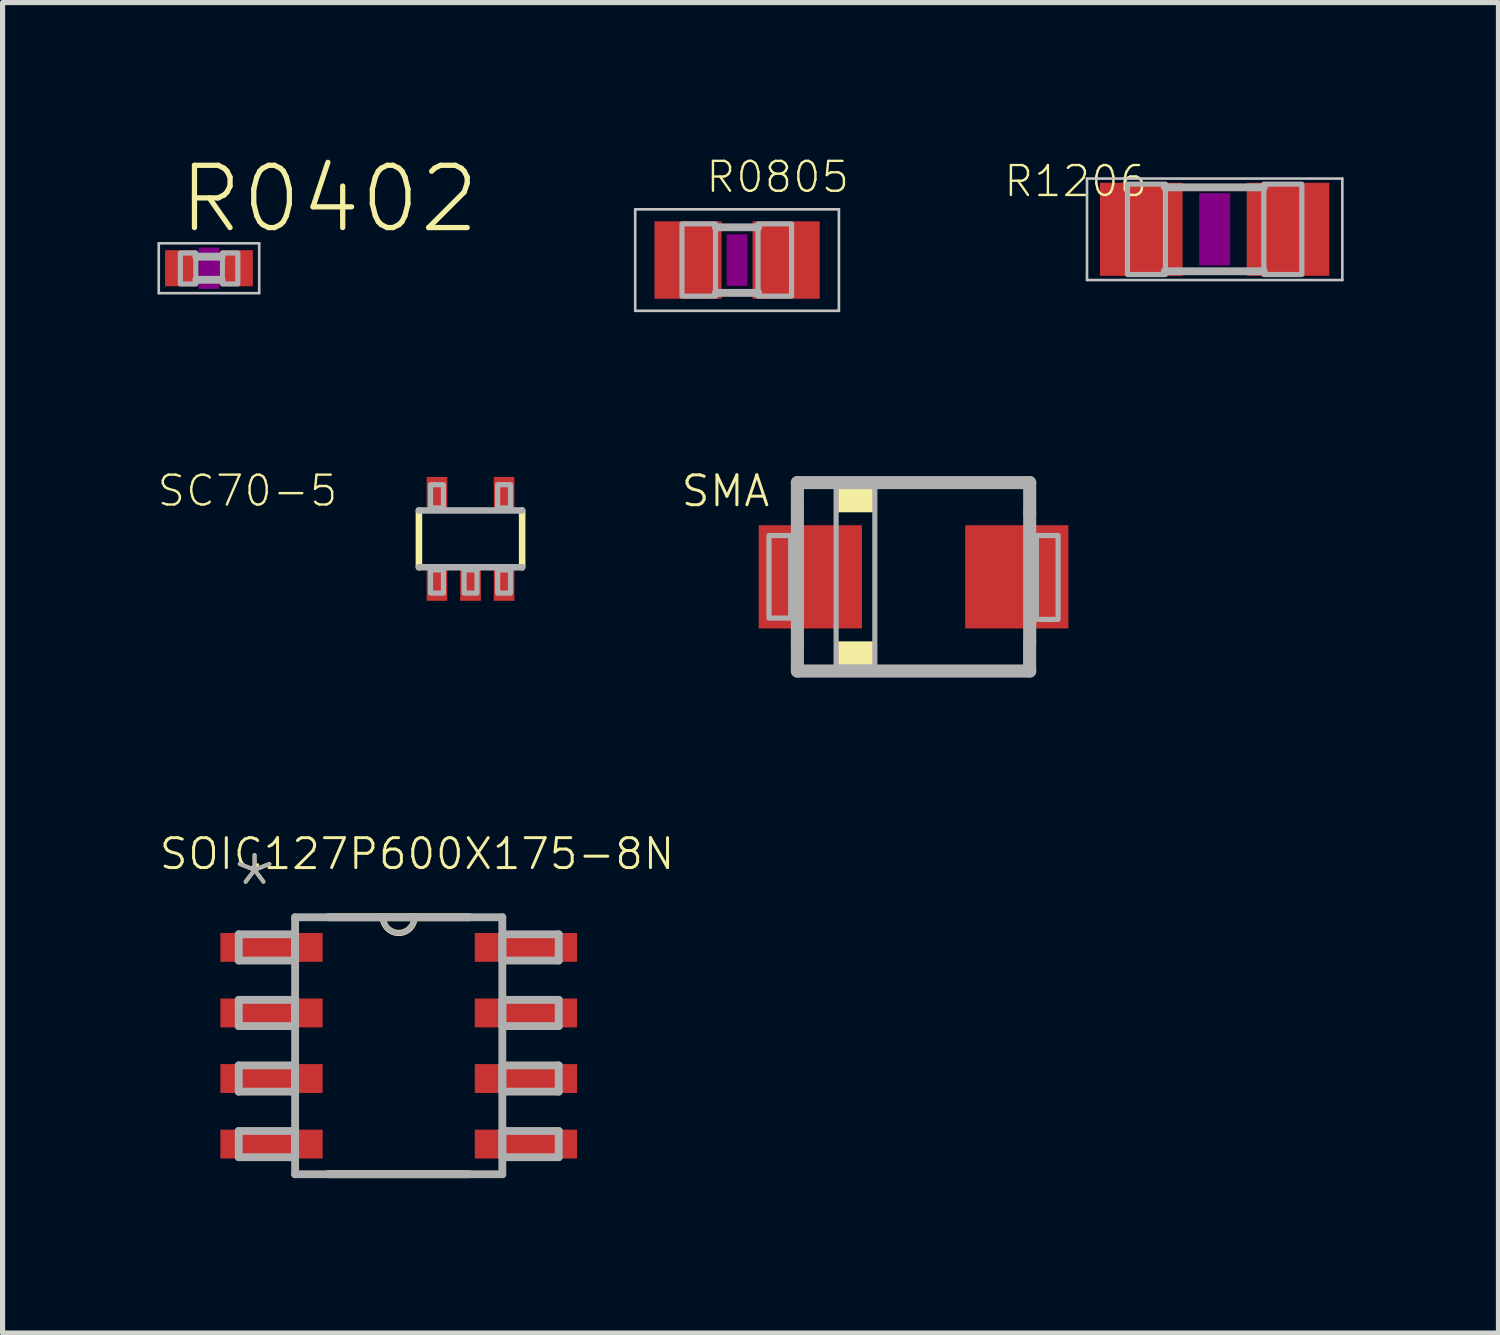
<source format=kicad_pcb>
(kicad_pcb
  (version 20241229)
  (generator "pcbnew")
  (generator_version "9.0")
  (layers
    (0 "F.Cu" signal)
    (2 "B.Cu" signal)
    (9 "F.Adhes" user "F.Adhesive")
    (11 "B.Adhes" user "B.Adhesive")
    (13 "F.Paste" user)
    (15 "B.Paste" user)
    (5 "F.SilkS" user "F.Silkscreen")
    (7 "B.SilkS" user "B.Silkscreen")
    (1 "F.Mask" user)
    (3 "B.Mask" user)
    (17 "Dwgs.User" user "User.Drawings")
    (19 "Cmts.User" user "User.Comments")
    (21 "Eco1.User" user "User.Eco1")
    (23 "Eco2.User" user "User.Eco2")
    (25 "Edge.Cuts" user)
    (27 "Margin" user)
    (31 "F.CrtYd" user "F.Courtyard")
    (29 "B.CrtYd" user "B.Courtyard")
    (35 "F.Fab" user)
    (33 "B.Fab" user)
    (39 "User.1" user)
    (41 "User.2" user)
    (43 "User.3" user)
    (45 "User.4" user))
  (footprint "SC70-5"
    (layer "F.Cu")
    (at 6.065 7.389)
    (property "Reference" "SC70-5" (at -2.54 -1.27 180) (layer "F.SilkS") (effects (font (size 0.579 0.579) (thickness 0.046)) (justify right top)))
    (attr through_hole)
    (fp_line (start -1 -0.55) (end -1 0.55) (stroke (width 0.127) (type solid)) (layer "F.SilkS"))
    (fp_line (start 1 0.55) (end 1 -0.55) (stroke (width 0.127) (type solid)) (layer "F.SilkS"))
    (fp_line (start -1 0.55) (end 1 0.55) (stroke (width 0.127) (type solid)) (layer "F.Fab"))
    (fp_line (start 1 -0.55) (end -1 -0.55) (stroke (width 0.127) (type solid)) (layer "F.Fab"))
    (fp_poly (pts (xy -0.775 -0.6) (xy -0.525 -0.6) (xy -0.525 -1.05) (xy -0.775 -1.05)) (stroke (width 0.1) (type solid)) (fill no) (layer "F.Fab"))
    (fp_poly (pts (xy -0.775 1.05) (xy -0.525 1.05) (xy -0.525 0.6) (xy -0.775 0.6)) (stroke (width 0.1) (type solid)) (fill no) (layer "F.Fab"))
    (fp_poly (pts (xy -0.125 1.05) (xy 0.125 1.05) (xy 0.125 0.6) (xy -0.125 0.6)) (stroke (width 0.1) (type solid)) (fill no) (layer "F.Fab"))
    (fp_poly (pts (xy 0.525 -0.6) (xy 0.775 -0.6) (xy 0.775 -1.05) (xy 0.525 -1.05)) (stroke (width 0.1) (type solid)) (fill no) (layer "F.Fab"))
    (fp_poly (pts (xy 0.525 1.05) (xy 0.775 1.05) (xy 0.775 0.6) (xy 0.525 0.6)) (stroke (width 0.1) (type solid)) (fill no) (layer "F.Fab"))
    (pad "1" smd rect (at -0.65 0.85) (size 0.4 0.7) (layers "F.Cu" "F.Mask" "F.Paste"))
    (pad "2" smd rect (at 0 0.85) (size 0.4 0.7) (layers "F.Cu" "F.Mask" "F.Paste"))
    (pad "3" smd rect (at 0.65 0.85) (size 0.4 0.7) (layers "F.Cu" "F.Mask" "F.Paste"))
    (pad "4" smd rect (at 0.65 -0.85) (size 0.4 0.7) (layers "F.Cu" "F.Mask" "F.Paste"))
    (pad "5" smd rect (at -0.65 -0.85) (size 0.4 0.7) (layers "F.Cu" "F.Mask" "F.Paste")))
  (footprint "SOIC127P600X175-8N"
    (layer "F.Cu")
    (at 4.674 17.208)
    (property "Reference" "SOIC127P600X175-8N" (at -4.674 -3.378 0) (layer "F.SilkS") (effects (font (size 0.579 0.579) (thickness 0.058)) (justify left bottom)))
    (attr through_hole)
    (fp_line (start -1.372 2.489) (end 1.372 2.489) (stroke (width 0.152) (type solid)) (layer "F.SilkS"))
    (fp_line (start -0.305 -2.489) (end -1.372 -2.489) (stroke (width 0.152) (type solid)) (layer "F.SilkS"))
    (fp_line (start 0.305 -2.489) (end -0.305 -2.489) (stroke (width 0.152) (type solid)) (layer "F.SilkS"))
    (fp_line (start 1.372 -2.489) (end 0.305 -2.489) (stroke (width 0.152) (type solid)) (layer "F.SilkS"))
    (fp_arc (start 0.3048 -2.4892) (mid 0 -2.1844) (end -0.3048 -2.4892) (stroke (width 0.12) (type solid)) (layer "F.SilkS"))
    (fp_line (start -3.099 -2.159) (end -3.099 -1.651) (stroke (width 0.152) (type solid)) (layer "F.Fab"))
    (fp_line (start -3.099 -1.651) (end -2.007 -1.651) (stroke (width 0.152) (type solid)) (layer "F.Fab"))
    (fp_line (start -3.099 -0.889) (end -3.099 -0.381) (stroke (width 0.152) (type solid)) (layer "F.Fab"))
    (fp_line (start -3.099 -0.381) (end -2.007 -0.381) (stroke (width 0.152) (type solid)) (layer "F.Fab"))
    (fp_line (start -3.099 0.381) (end -3.099 0.889) (stroke (width 0.152) (type solid)) (layer "F.Fab"))
    (fp_line (start -3.099 0.889) (end -2.007 0.889) (stroke (width 0.152) (type solid)) (layer "F.Fab"))
    (fp_line (start -3.099 1.651) (end -3.099 2.159) (stroke (width 0.152) (type solid)) (layer "F.Fab"))
    (fp_line (start -3.099 2.159) (end -2.007 2.159) (stroke (width 0.152) (type solid)) (layer "F.Fab"))
    (fp_line (start -2.007 -2.489) (end -2.007 2.489) (stroke (width 0.152) (type solid)) (layer "F.Fab"))
    (fp_line (start -2.007 -2.159) (end -3.099 -2.159) (stroke (width 0.152) (type solid)) (layer "F.Fab"))
    (fp_line (start -2.007 -1.651) (end -2.007 -2.159) (stroke (width 0.152) (type solid)) (layer "F.Fab"))
    (fp_line (start -2.007 -0.889) (end -3.099 -0.889) (stroke (width 0.152) (type solid)) (layer "F.Fab"))
    (fp_line (start -2.007 -0.381) (end -2.007 -0.889) (stroke (width 0.152) (type solid)) (layer "F.Fab"))
    (fp_line (start -2.007 0.381) (end -3.099 0.381) (stroke (width 0.152) (type solid)) (layer "F.Fab"))
    (fp_line (start -2.007 0.889) (end -2.007 0.381) (stroke (width 0.152) (type solid)) (layer "F.Fab"))
    (fp_line (start -2.007 1.651) (end -3.099 1.651) (stroke (width 0.152) (type solid)) (layer "F.Fab"))
    (fp_line (start -2.007 2.159) (end -2.007 1.651) (stroke (width 0.152) (type solid)) (layer "F.Fab"))
    (fp_line (start -2.007 2.489) (end 2.007 2.489) (stroke (width 0.152) (type solid)) (layer "F.Fab"))
    (fp_line (start -0.305 -2.489) (end -2.007 -2.489) (stroke (width 0.152) (type solid)) (layer "F.Fab"))
    (fp_line (start 0.305 -2.489) (end -0.305 -2.489) (stroke (width 0.152) (type solid)) (layer "F.Fab"))
    (fp_line (start 2.007 -2.489) (end 0.305 -2.489) (stroke (width 0.152) (type solid)) (layer "F.Fab"))
    (fp_line (start 2.007 -2.159) (end 2.007 -1.651) (stroke (width 0.152) (type solid)) (layer "F.Fab"))
    (fp_line (start 2.007 -1.651) (end 3.099 -1.651) (stroke (width 0.152) (type solid)) (layer "F.Fab"))
    (fp_line (start 2.007 -0.889) (end 2.007 -0.381) (stroke (width 0.152) (type solid)) (layer "F.Fab"))
    (fp_line (start 2.007 -0.381) (end 3.099 -0.381) (stroke (width 0.152) (type solid)) (layer "F.Fab"))
    (fp_line (start 2.007 0.381) (end 2.007 0.889) (stroke (width 0.152) (type solid)) (layer "F.Fab"))
    (fp_line (start 2.007 0.889) (end 3.099 0.889) (stroke (width 0.152) (type solid)) (layer "F.Fab"))
    (fp_line (start 2.007 1.651) (end 2.007 2.159) (stroke (width 0.152) (type solid)) (layer "F.Fab"))
    (fp_line (start 2.007 2.159) (end 3.099 2.159) (stroke (width 0.152) (type solid)) (layer "F.Fab"))
    (fp_line (start 2.007 2.489) (end 2.007 -2.489) (stroke (width 0.152) (type solid)) (layer "F.Fab"))
    (fp_line (start 3.099 -2.159) (end 2.007 -2.159) (stroke (width 0.152) (type solid)) (layer "F.Fab"))
    (fp_line (start 3.099 -1.651) (end 3.099 -2.159) (stroke (width 0.152) (type solid)) (layer "F.Fab"))
    (fp_line (start 3.099 -0.889) (end 2.007 -0.889) (stroke (width 0.152) (type solid)) (layer "F.Fab"))
    (fp_line (start 3.099 -0.381) (end 3.099 -0.889) (stroke (width 0.152) (type solid)) (layer "F.Fab"))
    (fp_line (start 3.099 0.381) (end 2.007 0.381) (stroke (width 0.152) (type solid)) (layer "F.Fab"))
    (fp_line (start 3.099 0.889) (end 3.099 0.381) (stroke (width 0.152) (type solid)) (layer "F.Fab"))
    (fp_line (start 3.099 1.651) (end 2.007 1.651) (stroke (width 0.152) (type solid)) (layer "F.Fab"))
    (fp_line (start 3.099 2.159) (end 3.099 1.651) (stroke (width 0.152) (type solid)) (layer "F.Fab"))
    (fp_arc (start 0.3048 -2.4892) (mid 0 -2.1844) (end -0.3048 -2.4892) (stroke (width 0.1) (type solid)) (layer "F.Fab"))
    (fp_text user "*" (at -3.302 -2.337 0) (layer "F.SilkS") (effects (font (size 1.206 1.206) (thickness 0.076)) (justify left bottom)))
    (fp_text user "*" (at -3.302 -2.337 0) (layer "F.Fab") (effects (font (size 1.206 1.206) (thickness 0.076)) (justify left bottom)))
    (pad "1" smd rect (at -2.464 -1.905) (size 1.981 0.559) (layers "F.Cu" "F.Mask" "F.Paste"))
    (pad "2" smd rect (at -2.464 -0.635) (size 1.981 0.559) (layers "F.Cu" "F.Mask" "F.Paste"))
    (pad "3" smd rect (at -2.464 0.635) (size 1.981 0.559) (layers "F.Cu" "F.Mask" "F.Paste"))
    (pad "4" smd rect (at -2.464 1.905) (size 1.981 0.559) (layers "F.Cu" "F.Mask" "F.Paste"))
    (pad "5" smd rect (at 2.464 1.905) (size 1.981 0.559) (layers "F.Cu" "F.Mask" "F.Paste"))
    (pad "6" smd rect (at 2.464 0.635) (size 1.981 0.559) (layers "F.Cu" "F.Mask" "F.Paste"))
    (pad "7" smd rect (at 2.464 -0.635) (size 1.981 0.559) (layers "F.Cu" "F.Mask" "F.Paste"))
    (pad "8" smd rect (at 2.464 -1.905) (size 1.981 0.559) (layers "F.Cu" "F.Mask" "F.Paste")))
  (footprint "R0805"
    (layer "F.Cu")
    (at 11.228 1.988)
    (property "Reference" "R0805" (at -0.635 -1.27 0) (layer "F.SilkS") (effects (font (size 0.579 0.579) (thickness 0.046)) (justify left bottom)))
    (attr through_hole)
    (fp_poly (pts (xy -0.2 0.5) (xy 0.2 0.5) (xy 0.2 -0.5) (xy -0.2 -0.5)) (stroke (width 0) (type solid)) (fill yes) (layer "F.Adhes"))
    (fp_line (start -1.973 -0.983) (end 1.973 -0.983) (stroke (width 0.051) (type solid)) (layer "Dwgs.User"))
    (fp_line (start -1.973 0.983) (end -1.973 -0.983) (stroke (width 0.051) (type solid)) (layer "Dwgs.User"))
    (fp_line (start 1.973 -0.983) (end 1.973 0.983) (stroke (width 0.051) (type solid)) (layer "Dwgs.User"))
    (fp_line (start 1.973 0.983) (end -1.973 0.983) (stroke (width 0.051) (type solid)) (layer "Dwgs.User"))
    (fp_line (start -0.41 -0.635) (end 0.41 -0.635) (stroke (width 0.152) (type solid)) (layer "F.Fab"))
    (fp_line (start -0.41 0.635) (end 0.41 0.635) (stroke (width 0.152) (type solid)) (layer "F.Fab"))
    (fp_poly (pts (xy -1.067 0.699) (xy -0.417 0.699) (xy -0.417 -0.702) (xy -1.067 -0.702)) (stroke (width 0.1) (type solid)) (fill no) (layer "F.Fab"))
    (fp_poly (pts (xy 0.406 0.699) (xy 1.056 0.699) (xy 1.056 -0.702) (xy 0.406 -0.702)) (stroke (width 0.1) (type solid)) (fill no) (layer "F.Fab"))
    (pad "1" smd rect (at -0.95 0) (size 1.3 1.5) (layers "F.Cu" "F.Mask" "F.Paste"))
    (pad "2" smd rect (at 0.95 0) (size 1.3 1.5) (layers "F.Cu" "F.Mask" "F.Paste")))
  (footprint "SMA"
    (layer "F.Cu")
    (at 14.647 8.124)
    (property "Reference" "SMA" (at -2.75 -2 180) (layer "F.SilkS") (effects (font (size 0.579 0.579) (thickness 0.058)) (justify right top)))
    (attr through_hole)
    (fp_poly (pts (xy -1.5 -1.25) (xy -0.75 -1.25) (xy -0.75 -1.75) (xy -1.5 -1.75)) (stroke (width 0) (type solid)) (fill yes) (layer "F.SilkS"))
    (fp_poly (pts (xy -1.5 1.75) (xy -0.75 1.75) (xy -0.75 1.25) (xy -1.5 1.25)) (stroke (width 0) (type solid)) (fill yes) (layer "F.SilkS"))
    (fp_line (start -2.25 -1.825) (end -2.25 -1.25) (stroke (width 0.254) (type solid)) (layer "F.Fab"))
    (fp_line (start -2.25 -1.825) (end 2.25 -1.825) (stroke (width 0.254) (type solid)) (layer "F.Fab"))
    (fp_line (start -2.25 1.25) (end -2.25 -1.25) (stroke (width 0.254) (type solid)) (layer "F.Fab"))
    (fp_line (start -2.25 1.825) (end -2.25 1.25) (stroke (width 0.254) (type solid)) (layer "F.Fab"))
    (fp_line (start 2.25 -1.825) (end 2.25 -1.25) (stroke (width 0.254) (type solid)) (layer "F.Fab"))
    (fp_line (start 2.25 -1.25) (end 2.25 1.25) (stroke (width 0.254) (type solid)) (layer "F.Fab"))
    (fp_line (start 2.25 1.825) (end -2.25 1.825) (stroke (width 0.254) (type solid)) (layer "F.Fab"))
    (fp_arc (start 2.25 1.825) (mid 2.247611 1.5375) (end 2.25 1.25) (stroke (width 0.254) (type solid)) (layer "F.Fab"))
    (fp_poly (pts (xy -2.8 0.8) (xy -2.38 0.8) (xy -2.38 -0.8) (xy -2.8 -0.8)) (stroke (width 0.1) (type solid)) (fill no) (layer "F.Fab"))
    (fp_poly (pts (xy -1.5 1.75) (xy -0.75 1.75) (xy -0.75 -1.75) (xy -1.5 -1.75)) (stroke (width 0.1) (type solid)) (fill no) (layer "F.Fab"))
    (fp_poly (pts (xy 2.38 0.825) (xy 2.8 0.825) (xy 2.8 -0.8) (xy 2.38 -0.8)) (stroke (width 0.1) (type solid)) (fill no) (layer "F.Fab"))
    (pad "A" smd rect (at 2 0) (size 2 2) (layers "F.Cu" "F.Mask" "F.Paste"))
    (pad "C" smd rect (at -2 0) (size 2 2) (layers "F.Cu" "F.Mask" "F.Paste")))
  (footprint "R1206"
    (layer "F.Cu")
    (at 20.48 1.392)
    (property "Reference" "R1206" (at -1.27 -1.27 180) (layer "F.SilkS") (effects (font (size 0.579 0.579) (thickness 0.046)) (justify right top)))
    (attr through_hole)
    (fp_poly (pts (xy -0.3 0.7) (xy 0.3 0.7) (xy 0.3 -0.7) (xy -0.3 -0.7)) (stroke (width 0) (type solid)) (fill yes) (layer "F.Adhes"))
    (fp_line (start -2.473 -0.983) (end 2.473 -0.983) (stroke (width 0.051) (type solid)) (layer "Dwgs.User"))
    (fp_line (start -2.473 0.983) (end -2.473 -0.983) (stroke (width 0.051) (type solid)) (layer "Dwgs.User"))
    (fp_line (start 2.473 -0.983) (end 2.473 0.983) (stroke (width 0.051) (type solid)) (layer "Dwgs.User"))
    (fp_line (start 2.473 0.983) (end -2.473 0.983) (stroke (width 0.051) (type solid)) (layer "Dwgs.User"))
    (fp_line (start 0.953 -0.813) (end -0.965 -0.813) (stroke (width 0.152) (type solid)) (layer "F.Fab"))
    (fp_line (start 0.953 0.813) (end -0.965 0.813) (stroke (width 0.152) (type solid)) (layer "F.Fab"))
    (fp_poly (pts (xy -1.689 0.876) (xy -0.953 0.876) (xy -0.953 -0.876) (xy -1.689 -0.876)) (stroke (width 0.1) (type solid)) (fill no) (layer "F.Fab"))
    (fp_poly (pts (xy 0.953 0.876) (xy 1.689 0.876) (xy 1.689 -0.876) (xy 0.953 -0.876)) (stroke (width 0.1) (type solid)) (fill no) (layer "F.Fab"))
    (pad "1" smd rect (at -1.422 0) (size 1.6 1.803) (layers "F.Cu" "F.Mask" "F.Paste"))
    (pad "2" smd rect (at 1.422 0) (size 1.6 1.803) (layers "F.Cu" "F.Mask" "F.Paste")))
  (footprint "R0402"
    (layer "F.Cu")
    (at 0.998 2.146)
    (property "Reference" "R0402" (at -0.635 -0.635 0) (layer "F.SilkS") (effects (font (size 1.206 1.206) (thickness 0.102)) (justify left bottom)))
    (attr through_hole)
    (fp_poly (pts (xy -0.2 0.4) (xy 0.2 0.4) (xy 0.2 -0.4) (xy -0.2 -0.4)) (stroke (width 0) (type solid)) (fill yes) (layer "F.Adhes"))
    (fp_line (start -0.973 -0.483) (end 0.973 -0.483) (stroke (width 0.051) (type solid)) (layer "Dwgs.User"))
    (fp_line (start -0.973 0.483) (end -0.973 -0.483) (stroke (width 0.051) (type solid)) (layer "Dwgs.User"))
    (fp_line (start 0.973 -0.483) (end 0.973 0.483) (stroke (width 0.051) (type solid)) (layer "Dwgs.User"))
    (fp_line (start 0.973 0.483) (end -0.973 0.483) (stroke (width 0.051) (type solid)) (layer "Dwgs.User"))
    (fp_line (start -0.245 -0.224) (end 0.245 -0.224) (stroke (width 0.152) (type solid)) (layer "F.Fab"))
    (fp_line (start 0.245 0.224) (end -0.245 0.224) (stroke (width 0.152) (type solid)) (layer "F.Fab"))
    (fp_poly (pts (xy -0.554 0.305) (xy -0.254 0.305) (xy -0.254 -0.295) (xy -0.554 -0.295)) (stroke (width 0.1) (type solid)) (fill no) (layer "F.Fab"))
    (fp_poly (pts (xy 0.259 0.305) (xy 0.559 0.305) (xy 0.559 -0.295) (xy 0.259 -0.295)) (stroke (width 0.1) (type solid)) (fill no) (layer "F.Fab"))
    (pad "1" smd rect (at -0.55 0) (size 0.6 0.7) (layers "F.Cu" "F.Mask" "F.Paste"))
    (pad "2" smd rect (at 0.55 0) (size 0.6 0.7) (layers "F.Cu" "F.Mask" "F.Paste")))
  (gr_rect
    (start -3 -3)
    (end 25.978 22.773)
    (stroke (width 0.1) (type default))
    (fill no)
    (layer "Edge.Cuts")))
</source>
